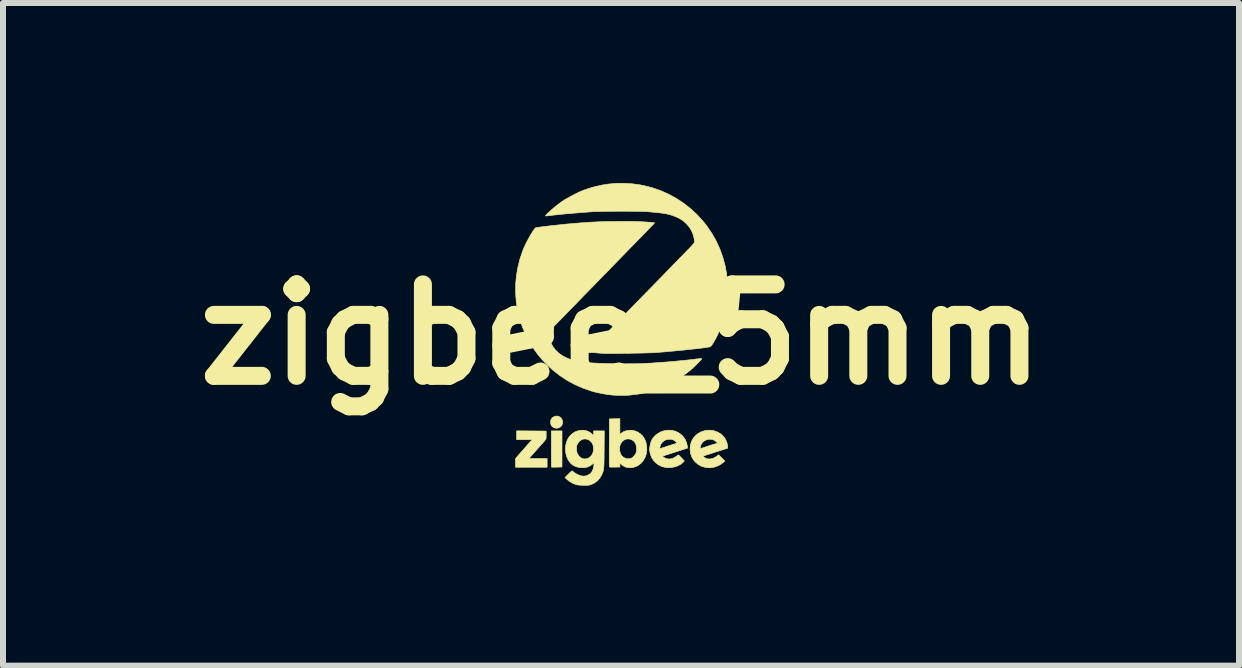
<source format=kicad_pcb>
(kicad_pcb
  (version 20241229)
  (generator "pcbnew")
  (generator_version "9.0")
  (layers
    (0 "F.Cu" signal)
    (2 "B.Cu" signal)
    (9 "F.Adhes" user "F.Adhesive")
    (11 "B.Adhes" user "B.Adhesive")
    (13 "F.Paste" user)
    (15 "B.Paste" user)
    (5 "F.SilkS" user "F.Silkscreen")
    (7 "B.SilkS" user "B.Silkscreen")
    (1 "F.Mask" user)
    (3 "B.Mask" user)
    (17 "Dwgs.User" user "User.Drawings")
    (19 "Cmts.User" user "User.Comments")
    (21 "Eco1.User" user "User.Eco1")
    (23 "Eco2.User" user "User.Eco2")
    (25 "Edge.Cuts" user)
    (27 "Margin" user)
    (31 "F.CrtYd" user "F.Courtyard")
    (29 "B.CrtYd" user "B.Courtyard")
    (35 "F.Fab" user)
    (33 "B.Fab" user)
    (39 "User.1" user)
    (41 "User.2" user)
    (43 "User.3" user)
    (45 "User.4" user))
  (footprint "zigbee_5mm"
    (layer "F.Cu")
    (at 7.301 2.525)
    (property "Reference" "zigbee_5mm" (at 0 0 0) (layer "F.SilkS") (effects (font (size 1.524 1.524) (thickness 0.3))))
    (attr through_hole)
    (fp_poly (pts (xy -0.984 2.209) (xy -1.071 2.211) (xy -1.102 2.212) (xy -1.129 2.212) (xy -1.149 2.211) (xy -1.159 2.211) (xy -1.159 2.21) (xy -1.16 2.204) (xy -1.16 2.186) (xy -1.161 2.157) (xy -1.161 2.12) (xy -1.162 2.075) (xy -1.162 2.023) (xy -1.162 1.967) (xy -1.162 1.907) (xy -1.162 1.607) (xy -0.984 1.607) (xy -0.984 2.209)) (stroke (width 0.01) (type solid)) (fill yes) (layer "F.SilkS"))
    (fp_poly (pts (xy -1.034 1.367) (xy -1.007 1.384) (xy -0.987 1.409) (xy -0.975 1.441) (xy -0.973 1.453) (xy -0.975 1.487) (xy -0.988 1.516) (xy -1.009 1.54) (xy -1.036 1.555) (xy -1.067 1.563) (xy -1.1 1.56) (xy -1.124 1.551) (xy -1.151 1.531) (xy -1.168 1.503) (xy -1.175 1.468) (xy -1.175 1.462) (xy -1.171 1.429) (xy -1.159 1.404) (xy -1.138 1.382) (xy -1.128 1.376) (xy -1.096 1.362) (xy -1.064 1.359) (xy -1.034 1.367)) (stroke (width 0.01) (type solid)) (fill yes) (layer "F.SilkS"))
    (fp_poly (pts (xy -1.494 1.608) (xy -1.248 1.61) (xy -1.248 1.67) (xy -1.248 1.697) (xy -1.249 1.721) (xy -1.25 1.737) (xy -1.251 1.741) (xy -1.257 1.751) (xy -1.272 1.77) (xy -1.294 1.796) (xy -1.323 1.829) (xy -1.341 1.848) (xy -1.352 1.861) (xy -1.368 1.879) (xy -1.387 1.901) (xy -1.394 1.908) (xy -1.411 1.928) (xy -1.426 1.945) (xy -1.436 1.956) (xy -1.438 1.958) (xy -1.455 1.977) (xy -1.474 1.998) (xy -1.493 2.02) (xy -1.51 2.039) (xy -1.522 2.055) (xy -1.53 2.064) (xy -1.53 2.066) (xy -1.524 2.067) (xy -1.507 2.068) (xy -1.481 2.068) (xy -1.447 2.068) (xy -1.408 2.068) (xy -1.381 2.068) (xy -1.232 2.067) (xy -1.232 2.14) (xy -1.232 2.213) (xy -1.759 2.213) (xy -1.759 2.069) (xy -1.726 2.03) (xy -1.708 2.009) (xy -1.684 1.982) (xy -1.655 1.949) (xy -1.624 1.914) (xy -1.593 1.879) (xy -1.564 1.845) (xy -1.537 1.815) (xy -1.516 1.792) (xy -1.508 1.783) (xy -1.481 1.753) (xy -1.74 1.753) (xy -1.74 1.606) (xy -1.494 1.608)) (stroke (width 0.01) (type solid)) (fill yes) (layer "F.SilkS"))
    (fp_poly (pts (xy -0.019 1.666) (xy -0.002 1.65) (xy 0.036 1.623) (xy 0.081 1.605) (xy 0.13 1.596) (xy 0.181 1.597) (xy 0.232 1.607) (xy 0.271 1.623) (xy 0.32 1.653) (xy 0.361 1.693) (xy 0.393 1.741) (xy 0.415 1.796) (xy 0.428 1.857) (xy 0.43 1.923) (xy 0.43 1.934) (xy 0.42 1.994) (xy 0.401 2.049) (xy 0.372 2.099) (xy 0.336 2.143) (xy 0.293 2.178) (xy 0.245 2.203) (xy 0.2 2.216) (xy 0.17 2.22) (xy 0.146 2.221) (xy 0.121 2.219) (xy 0.102 2.216) (xy 0.076 2.209) (xy 0.053 2.2) (xy 0.031 2.185) (xy 0.011 2.17) (xy -0.019 2.146) (xy -0.019 2.209) (xy -0.106 2.211) (xy -0.143 2.211) (xy -0.171 2.211) (xy -0.188 2.209) (xy -0.195 2.207) (xy -0.195 2.199) (xy -0.195 2.18) (xy -0.196 2.151) (xy -0.196 2.112) (xy -0.196 2.065) (xy -0.196 2.011) (xy -0.196 1.95) (xy -0.196 1.907) (xy -0.025 1.907) (xy -0.022 1.942) (xy -0.011 1.978) (xy 0.004 2.01) (xy 0.015 2.024) (xy 0.047 2.051) (xy 0.084 2.067) (xy 0.124 2.072) (xy 0.165 2.065) (xy 0.169 2.063) (xy 0.191 2.051) (xy 0.213 2.03) (xy 0.233 2.005) (xy 0.245 1.984) (xy 0.254 1.961) (xy 0.259 1.936) (xy 0.26 1.905) (xy 0.255 1.856) (xy 0.241 1.815) (xy 0.217 1.782) (xy 0.184 1.757) (xy 0.173 1.752) (xy 0.133 1.741) (xy 0.096 1.742) (xy 0.061 1.753) (xy 0.03 1.773) (xy 0.005 1.802) (xy -0.014 1.839) (xy -0.024 1.881) (xy -0.025 1.907) (xy -0.196 1.907) (xy -0.196 1.885) (xy -0.195 1.815) (xy -0.195 1.803) (xy -0.194 1.407) (xy -0.106 1.405) (xy -0.019 1.403) (xy -0.019 1.666)) (stroke (width 0.01) (type solid)) (fill yes) (layer "F.SilkS"))
    (fp_poly (pts (xy 1.543 1.603) (xy 1.6 1.622) (xy 1.653 1.651) (xy 1.688 1.679) (xy 1.72 1.715) (xy 1.746 1.758) (xy 1.765 1.803) (xy 1.776 1.847) (xy 1.778 1.87) (xy 1.778 1.895) (xy 1.681 1.926) (xy 1.64 1.939) (xy 1.592 1.954) (xy 1.541 1.971) (xy 1.494 1.986) (xy 1.474 1.992) (xy 1.363 2.028) (xy 1.384 2.045) (xy 1.418 2.066) (xy 1.456 2.075) (xy 1.497 2.073) (xy 1.54 2.061) (xy 1.583 2.038) (xy 1.602 2.024) (xy 1.627 2.005) (xy 1.679 2.057) (xy 1.73 2.109) (xy 1.699 2.137) (xy 1.656 2.168) (xy 1.604 2.194) (xy 1.549 2.212) (xy 1.494 2.221) (xy 1.47 2.222) (xy 1.45 2.22) (xy 1.424 2.217) (xy 1.399 2.213) (xy 1.342 2.197) (xy 1.29 2.169) (xy 1.244 2.132) (xy 1.206 2.088) (xy 1.177 2.037) (xy 1.158 1.98) (xy 1.157 1.975) (xy 1.15 1.91) (xy 1.153 1.879) (xy 1.321 1.879) (xy 1.323 1.893) (xy 1.329 1.899) (xy 1.329 1.899) (xy 1.338 1.897) (xy 1.356 1.892) (xy 1.379 1.884) (xy 1.381 1.883) (xy 1.418 1.871) (xy 1.457 1.858) (xy 1.494 1.846) (xy 1.529 1.835) (xy 1.559 1.826) (xy 1.581 1.82) (xy 1.595 1.816) (xy 1.597 1.816) (xy 1.605 1.813) (xy 1.603 1.805) (xy 1.591 1.791) (xy 1.583 1.784) (xy 1.554 1.763) (xy 1.524 1.751) (xy 1.488 1.746) (xy 1.479 1.746) (xy 1.435 1.752) (xy 1.395 1.769) (xy 1.362 1.795) (xy 1.337 1.829) (xy 1.333 1.837) (xy 1.325 1.859) (xy 1.321 1.879) (xy 1.153 1.879) (xy 1.155 1.849) (xy 1.171 1.792) (xy 1.197 1.739) (xy 1.233 1.694) (xy 1.277 1.655) (xy 1.329 1.625) (xy 1.388 1.605) (xy 1.418 1.599) (xy 1.481 1.595) (xy 1.543 1.603)) (stroke (width 0.01) (type solid)) (fill yes) (layer "F.SilkS"))
    (fp_poly (pts (xy 0.842 1.597) (xy 0.899 1.61) (xy 0.952 1.633) (xy 1 1.666) (xy 1.04 1.707) (xy 1.072 1.755) (xy 1.091 1.803) (xy 1.098 1.829) (xy 1.104 1.854) (xy 1.106 1.869) (xy 1.108 1.894) (xy 1.003 1.927) (xy 0.958 1.942) (xy 0.906 1.959) (xy 0.853 1.976) (xy 0.806 1.991) (xy 0.794 1.995) (xy 0.69 2.028) (xy 0.71 2.045) (xy 0.744 2.065) (xy 0.783 2.075) (xy 0.824 2.074) (xy 0.867 2.062) (xy 0.908 2.04) (xy 0.919 2.032) (xy 0.937 2.019) (xy 0.951 2.01) (xy 0.957 2.007) (xy 0.963 2.012) (xy 0.976 2.024) (xy 0.993 2.042) (xy 1.009 2.058) (xy 1.056 2.108) (xy 1.041 2.125) (xy 1 2.16) (xy 0.95 2.187) (xy 0.895 2.207) (xy 0.835 2.218) (xy 0.774 2.22) (xy 0.74 2.216) (xy 0.681 2.201) (xy 0.627 2.175) (xy 0.58 2.14) (xy 0.54 2.098) (xy 0.509 2.048) (xy 0.488 1.993) (xy 0.477 1.934) (xy 0.476 1.913) (xy 0.477 1.904) (xy 0.646 1.904) (xy 0.75 1.87) (xy 0.787 1.857) (xy 0.824 1.846) (xy 0.855 1.835) (xy 0.88 1.828) (xy 0.891 1.825) (xy 0.91 1.818) (xy 0.923 1.811) (xy 0.927 1.806) (xy 0.922 1.796) (xy 0.909 1.783) (xy 0.891 1.769) (xy 0.871 1.758) (xy 0.864 1.754) (xy 0.834 1.747) (xy 0.799 1.747) (xy 0.762 1.753) (xy 0.729 1.764) (xy 0.72 1.77) (xy 0.69 1.794) (xy 0.666 1.826) (xy 0.652 1.861) (xy 0.649 1.876) (xy 0.646 1.904) (xy 0.477 1.904) (xy 0.479 1.879) (xy 0.486 1.839) (xy 0.496 1.8) (xy 0.508 1.767) (xy 0.512 1.758) (xy 0.538 1.717) (xy 0.575 1.68) (xy 0.619 1.647) (xy 0.668 1.621) (xy 0.718 1.604) (xy 0.718 1.604) (xy 0.781 1.595) (xy 0.842 1.597)) (stroke (width 0.01) (type solid)) (fill yes) (layer "F.SilkS"))
    (fp_poly (pts (xy -0.603 1.599) (xy -0.587 1.602) (xy -0.547 1.616) (xy -0.514 1.635) (xy -0.485 1.659) (xy -0.457 1.684) (xy -0.457 1.607) (xy -0.279 1.607) (xy -0.281 1.916) (xy -0.282 1.991) (xy -0.282 2.055) (xy -0.283 2.109) (xy -0.284 2.154) (xy -0.286 2.191) (xy -0.288 2.221) (xy -0.291 2.247) (xy -0.295 2.268) (xy -0.3 2.286) (xy -0.306 2.303) (xy -0.313 2.32) (xy -0.321 2.338) (xy -0.327 2.35) (xy -0.359 2.401) (xy -0.4 2.444) (xy -0.449 2.479) (xy -0.502 2.503) (xy -0.518 2.508) (xy -0.541 2.512) (xy -0.573 2.514) (xy -0.61 2.514) (xy -0.65 2.514) (xy -0.688 2.511) (xy -0.722 2.508) (xy -0.746 2.503) (xy -0.75 2.502) (xy -0.806 2.48) (xy -0.859 2.449) (xy -0.899 2.417) (xy -0.934 2.384) (xy -0.879 2.329) (xy -0.852 2.302) (xy -0.832 2.285) (xy -0.819 2.276) (xy -0.81 2.274) (xy -0.805 2.278) (xy -0.797 2.287) (xy -0.781 2.3) (xy -0.759 2.315) (xy -0.733 2.329) (xy -0.717 2.337) (xy -0.668 2.356) (xy -0.622 2.361) (xy -0.578 2.355) (xy -0.558 2.347) (xy -0.534 2.334) (xy -0.513 2.319) (xy -0.502 2.31) (xy -0.483 2.283) (xy -0.467 2.247) (xy -0.456 2.206) (xy -0.453 2.178) (xy -0.449 2.137) (xy -0.471 2.157) (xy -0.515 2.189) (xy -0.565 2.211) (xy -0.621 2.221) (xy -0.681 2.219) (xy -0.692 2.218) (xy -0.749 2.204) (xy -0.799 2.18) (xy -0.841 2.146) (xy -0.875 2.101) (xy -0.885 2.083) (xy -0.909 2.026) (xy -0.923 1.965) (xy -0.927 1.903) (xy -0.926 1.896) (xy -0.743 1.896) (xy -0.741 1.931) (xy -0.735 1.965) (xy -0.725 1.991) (xy -0.71 2.014) (xy -0.69 2.036) (xy -0.668 2.055) (xy -0.648 2.066) (xy -0.643 2.067) (xy -0.628 2.071) (xy -0.619 2.074) (xy -0.605 2.075) (xy -0.584 2.072) (xy -0.561 2.067) (xy -0.542 2.06) (xy -0.537 2.057) (xy -0.503 2.03) (xy -0.479 1.996) (xy -0.464 1.955) (xy -0.459 1.92) (xy -0.46 1.872) (xy -0.472 1.83) (xy -0.492 1.795) (xy -0.521 1.767) (xy -0.557 1.749) (xy -0.56 1.748) (xy -0.595 1.741) (xy -0.626 1.743) (xy -0.657 1.754) (xy -0.66 1.756) (xy -0.69 1.776) (xy -0.715 1.804) (xy -0.733 1.838) (xy -0.74 1.863) (xy -0.743 1.896) (xy -0.926 1.896) (xy -0.921 1.842) (xy -0.906 1.784) (xy -0.881 1.73) (xy -0.848 1.685) (xy -0.807 1.648) (xy -0.76 1.62) (xy -0.709 1.602) (xy -0.655 1.595) (xy -0.603 1.599)) (stroke (width 0.01) (type solid)) (fill yes) (layer "F.SilkS"))
    (fp_poly (pts (xy 0.128 -1.885) (xy 0.183 -1.885) (xy 0.233 -1.884) (xy 0.281 -1.882) (xy 0.329 -1.88) (xy 0.38 -1.877) (xy 0.381 -1.877) (xy 0.427 -1.874) (xy 0.468 -1.871) (xy 0.504 -1.868) (xy 0.532 -1.866) (xy 0.55 -1.864) (xy 0.558 -1.863) (xy 0.558 -1.863) (xy 0.556 -1.858) (xy 0.546 -1.845) (xy 0.531 -1.829) (xy 0.529 -1.827) (xy 0.489 -1.786) (xy 0.442 -1.737) (xy 0.39 -1.684) (xy 0.336 -1.628) (xy 0.28 -1.571) (xy 0.227 -1.516) (xy 0.176 -1.464) (xy 0.131 -1.419) (xy 0.12 -1.407) (xy 0.086 -1.372) (xy 0.054 -1.339) (xy 0.025 -1.309) (xy 0.000426 -1.284) (xy -0.018 -1.265) (xy -0.029 -1.253) (xy -0.029 -1.253) (xy -0.039 -1.243) (xy -0.056 -1.226) (xy -0.08 -1.201) (xy -0.11 -1.17) (xy -0.145 -1.134) (xy -0.184 -1.094) (xy -0.226 -1.05) (xy -0.27 -1.005) (xy -0.273 -1.003) (xy -0.352 -0.922) (xy -0.425 -0.847) (xy -0.492 -0.778) (xy -0.553 -0.716) (xy -0.608 -0.66) (xy -0.655 -0.611) (xy -0.695 -0.57) (xy -0.727 -0.537) (xy -0.751 -0.512) (xy -0.764 -0.498) (xy -0.775 -0.487) (xy -0.794 -0.468) (xy -0.819 -0.442) (xy -0.85 -0.41) (xy -0.886 -0.374) (xy -0.925 -0.334) (xy -0.966 -0.291) (xy -0.993 -0.264) (xy -1.034 -0.222) (xy -1.073 -0.182) (xy -1.108 -0.146) (xy -1.139 -0.115) (xy -1.164 -0.089) (xy -1.183 -0.069) (xy -1.195 -0.057) (xy -1.199 -0.054) (xy -1.204 -0.041) (xy -1.206 -0.02) (xy -1.205 0.008) (xy -1.202 0.037) (xy -1.197 0.057) (xy -1.173 0.131) (xy -1.138 0.198) (xy -1.093 0.258) (xy -1.037 0.312) (xy -0.97 0.358) (xy -0.894 0.396) (xy -0.861 0.409) (xy -0.824 0.422) (xy -0.786 0.433) (xy -0.745 0.442) (xy -0.699 0.45) (xy -0.645 0.458) (xy -0.582 0.465) (xy -0.524 0.471) (xy -0.473 0.475) (xy -0.411 0.478) (xy -0.34 0.481) (xy -0.263 0.484) (xy -0.18 0.486) (xy -0.095 0.487) (xy -0.009 0.488) (xy 0.077 0.489) (xy 0.159 0.488) (xy 0.237 0.488) (xy 0.308 0.486) (xy 0.37 0.484) (xy 0.387 0.483) (xy 0.501 0.477) (xy 0.619 0.469) (xy 0.737 0.46) (xy 0.854 0.451) (xy 0.966 0.44) (xy 1.072 0.43) (xy 1.169 0.419) (xy 1.211 0.414) (xy 1.259 0.408) (xy 1.298 0.404) (xy 1.325 0.402) (xy 1.342 0.402) (xy 1.346 0.403) (xy 1.342 0.41) (xy 1.33 0.425) (xy 1.312 0.444) (xy 1.29 0.468) (xy 1.265 0.493) (xy 1.239 0.519) (xy 1.214 0.543) (xy 1.192 0.564) (xy 1.157 0.594) (xy 1.115 0.628) (xy 1.068 0.663) (xy 1.021 0.698) (xy 0.976 0.729) (xy 0.943 0.751) (xy 0.916 0.767) (xy 0.881 0.786) (xy 0.843 0.807) (xy 0.803 0.828) (xy 0.764 0.847) (xy 0.728 0.865) (xy 0.699 0.878) (xy 0.683 0.885) (xy 0.637 0.901) (xy 0.6 0.914) (xy 0.57 0.925) (xy 0.542 0.934) (xy 0.516 0.942) (xy 0.502 0.946) (xy 0.41 0.97) (xy 0.317 0.989) (xy 0.26 0.997) (xy 0.227 1.001) (xy 0.191 1.005) (xy 0.16 1.009) (xy 0.154 1.01) (xy 0.128 1.012) (xy 0.092 1.014) (xy 0.049 1.015) (xy 0.002 1.015) (xy -0.046 1.014) (xy -0.092 1.013) (xy -0.111 1.012) (xy -0.172 1.007) (xy -0.241 0.998) (xy -0.314 0.985) (xy -0.387 0.97) (xy -0.455 0.954) (xy -0.493 0.943) (xy -0.636 0.893) (xy -0.773 0.833) (xy -0.903 0.762) (xy -1.027 0.68) (xy -1.143 0.588) (xy -1.228 0.509) (xy -1.273 0.463) (xy -1.317 0.416) (xy -1.357 0.37) (xy -1.391 0.329) (xy -1.41 0.302) (xy -1.426 0.279) (xy -1.443 0.256) (xy -1.451 0.245) (xy -1.461 0.23) (xy -1.476 0.207) (xy -1.493 0.178) (xy -1.511 0.148) (xy -1.514 0.143) (xy -1.584 0.014) (xy -1.642 -0.12) (xy -1.688 -0.257) (xy -1.723 -0.398) (xy -1.746 -0.541) (xy -1.757 -0.686) (xy -1.757 -0.831) (xy -1.744 -0.977) (xy -1.719 -1.121) (xy -1.683 -1.265) (xy -1.635 -1.404) (xy -1.618 -1.445) (xy -1.597 -1.49) (xy -1.575 -1.536) (xy -1.551 -1.582) (xy -1.526 -1.627) (xy -1.502 -1.669) (xy -1.479 -1.706) (xy -1.459 -1.737) (xy -1.441 -1.761) (xy -1.427 -1.776) (xy -1.421 -1.779) (xy -1.407 -1.782) (xy -1.383 -1.786) (xy -1.348 -1.791) (xy -1.305 -1.796) (xy -1.256 -1.802) (xy -1.2 -1.809) (xy -1.14 -1.816) (xy -1.078 -1.822) (xy -1.014 -1.829) (xy -0.95 -1.836) (xy -0.887 -1.842) (xy -0.828 -1.847) (xy -0.772 -1.852) (xy -0.749 -1.854) (xy -0.671 -1.86) (xy -0.602 -1.865) (xy -0.537 -1.87) (xy -0.477 -1.873) (xy -0.417 -1.876) (xy -0.355 -1.879) (xy -0.29 -1.88) (xy -0.218 -1.882) (xy -0.137 -1.883) (xy -0.083 -1.884) (xy -0.002 -1.885) (xy 0.067 -1.885) (xy 0.128 -1.885)) (stroke (width 0.01) (type solid)) (fill yes) (layer "F.SilkS"))
    (fp_poly (pts (xy 0.183 -2.512) (xy 0.316 -2.494) (xy 0.446 -2.466) (xy 0.526 -2.444) (xy 0.663 -2.397) (xy 0.796 -2.337) (xy 0.924 -2.267) (xy 1.046 -2.186) (xy 1.161 -2.096) (xy 1.268 -1.996) (xy 1.367 -1.888) (xy 1.429 -1.81) (xy 1.513 -1.687) (xy 1.586 -1.559) (xy 1.647 -1.426) (xy 1.696 -1.288) (xy 1.735 -1.147) (xy 1.761 -1.002) (xy 1.775 -0.855) (xy 1.778 -0.706) (xy 1.768 -0.556) (xy 1.755 -0.46) (xy 1.744 -0.397) (xy 1.728 -0.33) (xy 1.711 -0.263) (xy 1.691 -0.198) (xy 1.671 -0.14) (xy 1.654 -0.098) (xy 1.647 -0.081) (xy 1.638 -0.059) (xy 1.633 -0.046) (xy 1.618 -0.013) (xy 1.601 0.024) (xy 1.582 0.061) (xy 1.562 0.098) (xy 1.542 0.132) (xy 1.523 0.162) (xy 1.507 0.185) (xy 1.494 0.199) (xy 1.488 0.203) (xy 1.473 0.207) (xy 1.447 0.212) (xy 1.41 0.218) (xy 1.363 0.224) (xy 1.309 0.231) (xy 1.248 0.238) (xy 1.181 0.245) (xy 1.109 0.253) (xy 1.034 0.261) (xy 0.956 0.268) (xy 0.877 0.276) (xy 0.799 0.283) (xy 0.721 0.29) (xy 0.645 0.296) (xy 0.573 0.301) (xy 0.562 0.302) (xy 0.533 0.304) (xy 0.493 0.305) (xy 0.445 0.307) (xy 0.389 0.308) (xy 0.328 0.31) (xy 0.262 0.311) (xy 0.194 0.312) (xy 0.124 0.314) (xy 0.055 0.314) (xy -0.013 0.315) (xy -0.078 0.316) (xy -0.138 0.316) (xy -0.191 0.316) (xy -0.238 0.316) (xy -0.275 0.315) (xy -0.301 0.314) (xy -0.308 0.314) (xy -0.326 0.313) (xy -0.353 0.311) (xy -0.386 0.308) (xy -0.423 0.305) (xy -0.438 0.304) (xy -0.472 0.302) (xy -0.502 0.299) (xy -0.525 0.297) (xy -0.538 0.295) (xy -0.541 0.294) (xy -0.538 0.289) (xy -0.527 0.276) (xy -0.51 0.257) (xy -0.486 0.232) (xy -0.458 0.202) (xy -0.427 0.17) (xy -0.423 0.166) (xy -0.384 0.126) (xy -0.34 0.081) (xy -0.295 0.035) (xy -0.251 -0.01) (xy -0.213 -0.049) (xy -0.196 -0.066) (xy -0.163 -0.101) (xy -0.123 -0.142) (xy -0.079 -0.187) (xy -0.034 -0.233) (xy 0.01 -0.278) (xy 0.041 -0.31) (xy 0.076 -0.346) (xy 0.11 -0.381) (xy 0.141 -0.412) (xy 0.167 -0.44) (xy 0.188 -0.461) (xy 0.201 -0.475) (xy 0.203 -0.477) (xy 0.214 -0.487) (xy 0.232 -0.506) (xy 0.257 -0.532) (xy 0.288 -0.563) (xy 0.323 -0.599) (xy 0.362 -0.639) (xy 0.403 -0.681) (xy 0.43 -0.709) (xy 0.473 -0.753) (xy 0.516 -0.797) (xy 0.557 -0.839) (xy 0.595 -0.878) (xy 0.628 -0.912) (xy 0.656 -0.94) (xy 0.676 -0.962) (xy 0.684 -0.969) (xy 0.701 -0.987) (xy 0.726 -1.012) (xy 0.756 -1.044) (xy 0.792 -1.081) (xy 0.831 -1.121) (xy 0.872 -1.163) (xy 0.914 -1.206) (xy 0.918 -1.21) (xy 0.977 -1.271) (xy 1.029 -1.323) (xy 1.072 -1.368) (xy 1.109 -1.406) (xy 1.14 -1.438) (xy 1.164 -1.463) (xy 1.183 -1.484) (xy 1.198 -1.5) (xy 1.209 -1.513) (xy 1.217 -1.522) (xy 1.221 -1.529) (xy 1.224 -1.534) (xy 1.225 -1.538) (xy 1.226 -1.541) (xy 1.226 -1.543) (xy 1.223 -1.573) (xy 1.216 -1.61) (xy 1.206 -1.649) (xy 1.196 -1.68) (xy 1.169 -1.74) (xy 1.136 -1.792) (xy 1.094 -1.841) (xy 1.09 -1.845) (xy 1.051 -1.881) (xy 1.013 -1.91) (xy 0.97 -1.936) (xy 0.921 -1.959) (xy 0.884 -1.974) (xy 0.855 -1.985) (xy 0.826 -1.994) (xy 0.795 -2.002) (xy 0.761 -2.01) (xy 0.723 -2.016) (xy 0.679 -2.023) (xy 0.628 -2.029) (xy 0.568 -2.035) (xy 0.497 -2.042) (xy 0.451 -2.046) (xy 0.421 -2.048) (xy 0.379 -2.05) (xy 0.328 -2.051) (xy 0.27 -2.052) (xy 0.204 -2.053) (xy 0.134 -2.054) (xy 0.061 -2.054) (xy -0.015 -2.054) (xy -0.09 -2.054) (xy -0.164 -2.053) (xy -0.235 -2.053) (xy -0.301 -2.052) (xy -0.362 -2.05) (xy -0.414 -2.049) (xy -0.458 -2.047) (xy -0.473 -2.046) (xy -0.55 -2.041) (xy -0.632 -2.035) (xy -0.716 -2.028) (xy -0.801 -2.021) (xy -0.883 -2.014) (xy -0.96 -2.007) (xy -1.031 -2) (xy -1.092 -1.993) (xy -1.114 -1.991) (xy -1.154 -1.986) (xy -1.19 -1.982) (xy -1.22 -1.978) (xy -1.243 -1.976) (xy -1.255 -1.975) (xy -1.256 -1.975) (xy -1.258 -1.979) (xy -1.251 -1.989) (xy -1.236 -2.005) (xy -1.216 -2.026) (xy -1.19 -2.05) (xy -1.161 -2.076) (xy -1.13 -2.103) (xy -1.098 -2.13) (xy -1.065 -2.155) (xy -1.045 -2.171) (xy -1.024 -2.187) (xy -1.006 -2.2) (xy -0.995 -2.208) (xy -0.993 -2.21) (xy -0.972 -2.225) (xy -0.942 -2.244) (xy -0.904 -2.266) (xy -0.862 -2.289) (xy -0.817 -2.314) (xy -0.772 -2.337) (xy -0.728 -2.359) (xy -0.689 -2.378) (xy -0.656 -2.392) (xy -0.638 -2.399) (xy -0.612 -2.408) (xy -0.581 -2.419) (xy -0.552 -2.429) (xy -0.481 -2.452) (xy -0.4 -2.472) (xy -0.312 -2.491) (xy -0.221 -2.506) (xy -0.202 -2.508) (xy -0.078 -2.519) (xy 0.051 -2.52) (xy 0.183 -2.512)) (stroke (width 0.01) (type solid)) (fill yes) (layer "F.SilkS")))
  (gr_rect
    (start -3 -3)
    (end 17.601 8.045)
    (stroke (width 0.1) (type default))
    (fill no)
    (layer "Edge.Cuts")))
</source>
